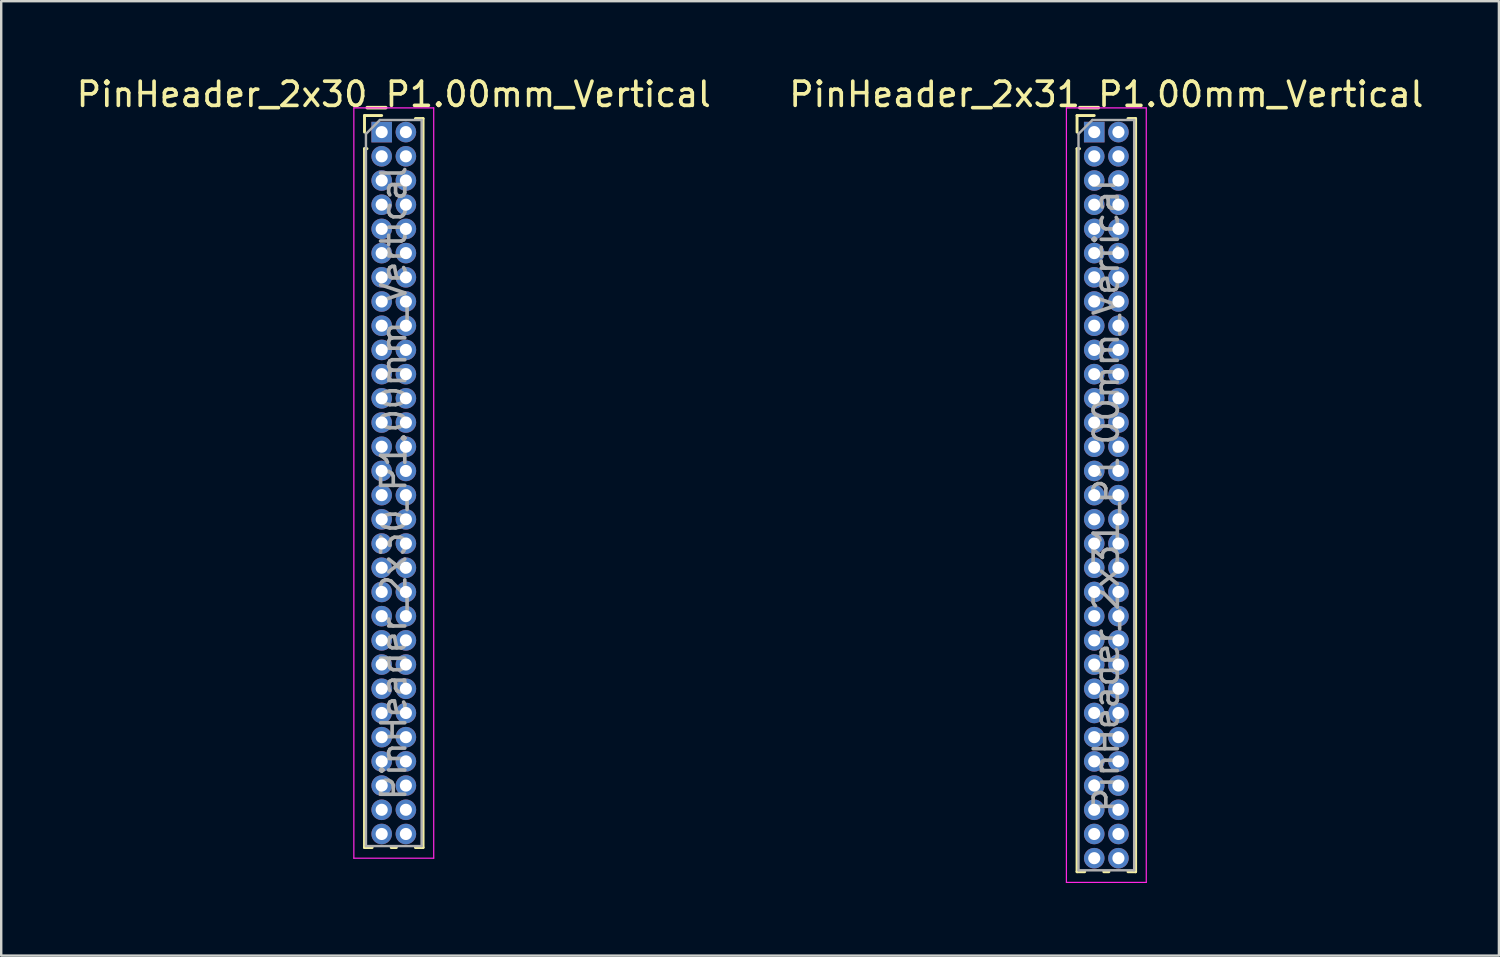
<source format=kicad_pcb>
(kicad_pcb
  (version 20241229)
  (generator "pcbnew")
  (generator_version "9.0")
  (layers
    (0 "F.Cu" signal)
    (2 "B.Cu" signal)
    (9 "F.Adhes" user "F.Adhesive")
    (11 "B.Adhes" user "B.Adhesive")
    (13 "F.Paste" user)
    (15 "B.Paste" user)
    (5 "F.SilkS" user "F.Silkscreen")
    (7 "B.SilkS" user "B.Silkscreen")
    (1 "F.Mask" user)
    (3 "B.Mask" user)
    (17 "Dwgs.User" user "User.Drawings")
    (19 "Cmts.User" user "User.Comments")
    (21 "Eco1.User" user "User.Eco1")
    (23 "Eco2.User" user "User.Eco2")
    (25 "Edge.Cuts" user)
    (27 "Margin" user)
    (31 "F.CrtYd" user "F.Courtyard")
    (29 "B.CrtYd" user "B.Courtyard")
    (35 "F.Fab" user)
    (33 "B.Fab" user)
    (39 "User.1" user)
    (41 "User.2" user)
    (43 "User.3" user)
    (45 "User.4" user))
  (footprint "PinHeader_2x31_P1.00mm_Vertical"
    (layer "F.Cu")
    (at 42.161 2.408)
    (property "Reference" "PinHeader_2x31_P1.00mm_Vertical" (at 0.5 -1.56 0) (layer "F.SilkS") (effects (font (size 1 1) (thickness 0.15))))
    (attr through_hole)
    (fp_line (start -0.71 -0.685) (end 0 -0.685) (stroke (width 0.12) (type solid)) (layer "F.SilkS"))
    (fp_line (start -0.71 0) (end -0.71 -0.685) (stroke (width 0.12) (type solid)) (layer "F.SilkS"))
    (fp_line (start -0.71 0.685) (end -0.71 30.56) (stroke (width 0.12) (type solid)) (layer "F.SilkS"))
    (fp_line (start -0.71 0.685) (end -0.608 0.685) (stroke (width 0.12) (type solid)) (layer "F.SilkS"))
    (fp_line (start -0.71 30.56) (end -0.394 30.56) (stroke (width 0.12) (type solid)) (layer "F.SilkS"))
    (fp_line (start 0.394 30.56) (end 0.606 30.56) (stroke (width 0.12) (type solid)) (layer "F.SilkS"))
    (fp_line (start 1.394 -0.56) (end 1.71 -0.56) (stroke (width 0.12) (type solid)) (layer "F.SilkS"))
    (fp_line (start 1.394 30.56) (end 1.71 30.56) (stroke (width 0.12) (type solid)) (layer "F.SilkS"))
    (fp_line (start 1.71 -0.56) (end 1.71 30.56) (stroke (width 0.12) (type solid)) (layer "F.SilkS"))
    (fp_line (start -1.15 -1) (end -1.15 31) (stroke (width 0.05) (type solid)) (layer "F.CrtYd"))
    (fp_line (start -1.15 31) (end 2.15 31) (stroke (width 0.05) (type solid)) (layer "F.CrtYd"))
    (fp_line (start 2.15 -1) (end -1.15 -1) (stroke (width 0.05) (type solid)) (layer "F.CrtYd"))
    (fp_line (start 2.15 31) (end 2.15 -1) (stroke (width 0.05) (type solid)) (layer "F.CrtYd"))
    (fp_line (start -0.65 0.075) (end -0.075 -0.5) (stroke (width 0.1) (type solid)) (layer "F.Fab"))
    (fp_line (start -0.65 30.5) (end -0.65 0.075) (stroke (width 0.1) (type solid)) (layer "F.Fab"))
    (fp_line (start -0.075 -0.5) (end 1.65 -0.5) (stroke (width 0.1) (type solid)) (layer "F.Fab"))
    (fp_line (start 1.65 -0.5) (end 1.65 30.5) (stroke (width 0.1) (type solid)) (layer "F.Fab"))
    (fp_line (start 1.65 30.5) (end -0.65 30.5) (stroke (width 0.1) (type solid)) (layer "F.Fab"))
    (fp_text user "${REFERENCE}" (at 0.5 15 90) (layer "F.Fab") (effects (font (size 1 1) (thickness 0.15))))
    (pad "1" thru_hole rect (at 0 0) (size 0.85 0.85) (drill 0.5) (layers "*.Cu" "*.Mask"))
    (pad "2" thru_hole oval (at 1 0) (size 0.85 0.85) (drill 0.5) (layers "*.Cu" "*.Mask"))
    (pad "3" thru_hole oval (at 0 1) (size 0.85 0.85) (drill 0.5) (layers "*.Cu" "*.Mask"))
    (pad "4" thru_hole oval (at 1 1) (size 0.85 0.85) (drill 0.5) (layers "*.Cu" "*.Mask"))
    (pad "5" thru_hole oval (at 0 2) (size 0.85 0.85) (drill 0.5) (layers "*.Cu" "*.Mask"))
    (pad "6" thru_hole oval (at 1 2) (size 0.85 0.85) (drill 0.5) (layers "*.Cu" "*.Mask"))
    (pad "7" thru_hole oval (at 0 3) (size 0.85 0.85) (drill 0.5) (layers "*.Cu" "*.Mask"))
    (pad "8" thru_hole oval (at 1 3) (size 0.85 0.85) (drill 0.5) (layers "*.Cu" "*.Mask"))
    (pad "9" thru_hole oval (at 0 4) (size 0.85 0.85) (drill 0.5) (layers "*.Cu" "*.Mask"))
    (pad "10" thru_hole oval (at 1 4) (size 0.85 0.85) (drill 0.5) (layers "*.Cu" "*.Mask"))
    (pad "11" thru_hole oval (at 0 5) (size 0.85 0.85) (drill 0.5) (layers "*.Cu" "*.Mask"))
    (pad "12" thru_hole oval (at 1 5) (size 0.85 0.85) (drill 0.5) (layers "*.Cu" "*.Mask"))
    (pad "13" thru_hole oval (at 0 6) (size 0.85 0.85) (drill 0.5) (layers "*.Cu" "*.Mask"))
    (pad "14" thru_hole oval (at 1 6) (size 0.85 0.85) (drill 0.5) (layers "*.Cu" "*.Mask"))
    (pad "15" thru_hole oval (at 0 7) (size 0.85 0.85) (drill 0.5) (layers "*.Cu" "*.Mask"))
    (pad "16" thru_hole oval (at 1 7) (size 0.85 0.85) (drill 0.5) (layers "*.Cu" "*.Mask"))
    (pad "17" thru_hole oval (at 0 8) (size 0.85 0.85) (drill 0.5) (layers "*.Cu" "*.Mask"))
    (pad "18" thru_hole oval (at 1 8) (size 0.85 0.85) (drill 0.5) (layers "*.Cu" "*.Mask"))
    (pad "19" thru_hole oval (at 0 9) (size 0.85 0.85) (drill 0.5) (layers "*.Cu" "*.Mask"))
    (pad "20" thru_hole oval (at 1 9) (size 0.85 0.85) (drill 0.5) (layers "*.Cu" "*.Mask"))
    (pad "21" thru_hole oval (at 0 10) (size 0.85 0.85) (drill 0.5) (layers "*.Cu" "*.Mask"))
    (pad "22" thru_hole oval (at 1 10) (size 0.85 0.85) (drill 0.5) (layers "*.Cu" "*.Mask"))
    (pad "23" thru_hole oval (at 0 11) (size 0.85 0.85) (drill 0.5) (layers "*.Cu" "*.Mask"))
    (pad "24" thru_hole oval (at 1 11) (size 0.85 0.85) (drill 0.5) (layers "*.Cu" "*.Mask"))
    (pad "25" thru_hole oval (at 0 12) (size 0.85 0.85) (drill 0.5) (layers "*.Cu" "*.Mask"))
    (pad "26" thru_hole oval (at 1 12) (size 0.85 0.85) (drill 0.5) (layers "*.Cu" "*.Mask"))
    (pad "27" thru_hole oval (at 0 13) (size 0.85 0.85) (drill 0.5) (layers "*.Cu" "*.Mask"))
    (pad "28" thru_hole oval (at 1 13) (size 0.85 0.85) (drill 0.5) (layers "*.Cu" "*.Mask"))
    (pad "29" thru_hole oval (at 0 14) (size 0.85 0.85) (drill 0.5) (layers "*.Cu" "*.Mask"))
    (pad "30" thru_hole oval (at 1 14) (size 0.85 0.85) (drill 0.5) (layers "*.Cu" "*.Mask"))
    (pad "31" thru_hole oval (at 0 15) (size 0.85 0.85) (drill 0.5) (layers "*.Cu" "*.Mask"))
    (pad "32" thru_hole oval (at 1 15) (size 0.85 0.85) (drill 0.5) (layers "*.Cu" "*.Mask"))
    (pad "33" thru_hole oval (at 0 16) (size 0.85 0.85) (drill 0.5) (layers "*.Cu" "*.Mask"))
    (pad "34" thru_hole oval (at 1 16) (size 0.85 0.85) (drill 0.5) (layers "*.Cu" "*.Mask"))
    (pad "35" thru_hole oval (at 0 17) (size 0.85 0.85) (drill 0.5) (layers "*.Cu" "*.Mask"))
    (pad "36" thru_hole oval (at 1 17) (size 0.85 0.85) (drill 0.5) (layers "*.Cu" "*.Mask"))
    (pad "37" thru_hole oval (at 0 18) (size 0.85 0.85) (drill 0.5) (layers "*.Cu" "*.Mask"))
    (pad "38" thru_hole oval (at 1 18) (size 0.85 0.85) (drill 0.5) (layers "*.Cu" "*.Mask"))
    (pad "39" thru_hole oval (at 0 19) (size 0.85 0.85) (drill 0.5) (layers "*.Cu" "*.Mask"))
    (pad "40" thru_hole oval (at 1 19) (size 0.85 0.85) (drill 0.5) (layers "*.Cu" "*.Mask"))
    (pad "41" thru_hole oval (at 0 20) (size 0.85 0.85) (drill 0.5) (layers "*.Cu" "*.Mask"))
    (pad "42" thru_hole oval (at 1 20) (size 0.85 0.85) (drill 0.5) (layers "*.Cu" "*.Mask"))
    (pad "43" thru_hole oval (at 0 21) (size 0.85 0.85) (drill 0.5) (layers "*.Cu" "*.Mask"))
    (pad "44" thru_hole oval (at 1 21) (size 0.85 0.85) (drill 0.5) (layers "*.Cu" "*.Mask"))
    (pad "45" thru_hole oval (at 0 22) (size 0.85 0.85) (drill 0.5) (layers "*.Cu" "*.Mask"))
    (pad "46" thru_hole oval (at 1 22) (size 0.85 0.85) (drill 0.5) (layers "*.Cu" "*.Mask"))
    (pad "47" thru_hole oval (at 0 23) (size 0.85 0.85) (drill 0.5) (layers "*.Cu" "*.Mask"))
    (pad "48" thru_hole oval (at 1 23) (size 0.85 0.85) (drill 0.5) (layers "*.Cu" "*.Mask"))
    (pad "49" thru_hole oval (at 0 24) (size 0.85 0.85) (drill 0.5) (layers "*.Cu" "*.Mask"))
    (pad "50" thru_hole oval (at 1 24) (size 0.85 0.85) (drill 0.5) (layers "*.Cu" "*.Mask"))
    (pad "51" thru_hole oval (at 0 25) (size 0.85 0.85) (drill 0.5) (layers "*.Cu" "*.Mask"))
    (pad "52" thru_hole oval (at 1 25) (size 0.85 0.85) (drill 0.5) (layers "*.Cu" "*.Mask"))
    (pad "53" thru_hole oval (at 0 26) (size 0.85 0.85) (drill 0.5) (layers "*.Cu" "*.Mask"))
    (pad "54" thru_hole oval (at 1 26) (size 0.85 0.85) (drill 0.5) (layers "*.Cu" "*.Mask"))
    (pad "55" thru_hole oval (at 0 27) (size 0.85 0.85) (drill 0.5) (layers "*.Cu" "*.Mask"))
    (pad "56" thru_hole oval (at 1 27) (size 0.85 0.85) (drill 0.5) (layers "*.Cu" "*.Mask"))
    (pad "57" thru_hole oval (at 0 28) (size 0.85 0.85) (drill 0.5) (layers "*.Cu" "*.Mask"))
    (pad "58" thru_hole oval (at 1 28) (size 0.85 0.85) (drill 0.5) (layers "*.Cu" "*.Mask"))
    (pad "59" thru_hole oval (at 0 29) (size 0.85 0.85) (drill 0.5) (layers "*.Cu" "*.Mask"))
    (pad "60" thru_hole oval (at 1 29) (size 0.85 0.85) (drill 0.5) (layers "*.Cu" "*.Mask"))
    (pad "61" thru_hole oval (at 0 30) (size 0.85 0.85) (drill 0.5) (layers "*.Cu" "*.Mask"))
    (pad "62" thru_hole oval (at 1 30) (size 0.85 0.85) (drill 0.5) (layers "*.Cu" "*.Mask")))
  (footprint "PinHeader_2x30_P1.00mm_Vertical"
    (layer "F.Cu")
    (at 12.72 2.408)
    (property "Reference" "PinHeader_2x30_P1.00mm_Vertical" (at 0.5 -1.56 0) (layer "F.SilkS") (effects (font (size 1 1) (thickness 0.15))))
    (attr through_hole)
    (fp_line (start -0.71 -0.685) (end 0 -0.685) (stroke (width 0.12) (type solid)) (layer "F.SilkS"))
    (fp_line (start -0.71 0) (end -0.71 -0.685) (stroke (width 0.12) (type solid)) (layer "F.SilkS"))
    (fp_line (start -0.71 0.685) (end -0.71 29.56) (stroke (width 0.12) (type solid)) (layer "F.SilkS"))
    (fp_line (start -0.71 0.685) (end -0.608 0.685) (stroke (width 0.12) (type solid)) (layer "F.SilkS"))
    (fp_line (start -0.71 29.56) (end -0.394 29.56) (stroke (width 0.12) (type solid)) (layer "F.SilkS"))
    (fp_line (start 0.394 29.56) (end 0.606 29.56) (stroke (width 0.12) (type solid)) (layer "F.SilkS"))
    (fp_line (start 1.394 -0.56) (end 1.71 -0.56) (stroke (width 0.12) (type solid)) (layer "F.SilkS"))
    (fp_line (start 1.394 29.56) (end 1.71 29.56) (stroke (width 0.12) (type solid)) (layer "F.SilkS"))
    (fp_line (start 1.71 -0.56) (end 1.71 29.56) (stroke (width 0.12) (type solid)) (layer "F.SilkS"))
    (fp_line (start -1.15 -1) (end -1.15 30) (stroke (width 0.05) (type solid)) (layer "F.CrtYd"))
    (fp_line (start -1.15 30) (end 2.15 30) (stroke (width 0.05) (type solid)) (layer "F.CrtYd"))
    (fp_line (start 2.15 -1) (end -1.15 -1) (stroke (width 0.05) (type solid)) (layer "F.CrtYd"))
    (fp_line (start 2.15 30) (end 2.15 -1) (stroke (width 0.05) (type solid)) (layer "F.CrtYd"))
    (fp_line (start -0.65 0.075) (end -0.075 -0.5) (stroke (width 0.1) (type solid)) (layer "F.Fab"))
    (fp_line (start -0.65 29.5) (end -0.65 0.075) (stroke (width 0.1) (type solid)) (layer "F.Fab"))
    (fp_line (start -0.075 -0.5) (end 1.65 -0.5) (stroke (width 0.1) (type solid)) (layer "F.Fab"))
    (fp_line (start 1.65 -0.5) (end 1.65 29.5) (stroke (width 0.1) (type solid)) (layer "F.Fab"))
    (fp_line (start 1.65 29.5) (end -0.65 29.5) (stroke (width 0.1) (type solid)) (layer "F.Fab"))
    (fp_text user "${REFERENCE}" (at 0.5 14.5 90) (layer "F.Fab") (effects (font (size 1 1) (thickness 0.15))))
    (pad "1" thru_hole rect (at 0 0) (size 0.85 0.85) (drill 0.5) (layers "*.Cu" "*.Mask"))
    (pad "2" thru_hole oval (at 1 0) (size 0.85 0.85) (drill 0.5) (layers "*.Cu" "*.Mask"))
    (pad "3" thru_hole oval (at 0 1) (size 0.85 0.85) (drill 0.5) (layers "*.Cu" "*.Mask"))
    (pad "4" thru_hole oval (at 1 1) (size 0.85 0.85) (drill 0.5) (layers "*.Cu" "*.Mask"))
    (pad "5" thru_hole oval (at 0 2) (size 0.85 0.85) (drill 0.5) (layers "*.Cu" "*.Mask"))
    (pad "6" thru_hole oval (at 1 2) (size 0.85 0.85) (drill 0.5) (layers "*.Cu" "*.Mask"))
    (pad "7" thru_hole oval (at 0 3) (size 0.85 0.85) (drill 0.5) (layers "*.Cu" "*.Mask"))
    (pad "8" thru_hole oval (at 1 3) (size 0.85 0.85) (drill 0.5) (layers "*.Cu" "*.Mask"))
    (pad "9" thru_hole oval (at 0 4) (size 0.85 0.85) (drill 0.5) (layers "*.Cu" "*.Mask"))
    (pad "10" thru_hole oval (at 1 4) (size 0.85 0.85) (drill 0.5) (layers "*.Cu" "*.Mask"))
    (pad "11" thru_hole oval (at 0 5) (size 0.85 0.85) (drill 0.5) (layers "*.Cu" "*.Mask"))
    (pad "12" thru_hole oval (at 1 5) (size 0.85 0.85) (drill 0.5) (layers "*.Cu" "*.Mask"))
    (pad "13" thru_hole oval (at 0 6) (size 0.85 0.85) (drill 0.5) (layers "*.Cu" "*.Mask"))
    (pad "14" thru_hole oval (at 1 6) (size 0.85 0.85) (drill 0.5) (layers "*.Cu" "*.Mask"))
    (pad "15" thru_hole oval (at 0 7) (size 0.85 0.85) (drill 0.5) (layers "*.Cu" "*.Mask"))
    (pad "16" thru_hole oval (at 1 7) (size 0.85 0.85) (drill 0.5) (layers "*.Cu" "*.Mask"))
    (pad "17" thru_hole oval (at 0 8) (size 0.85 0.85) (drill 0.5) (layers "*.Cu" "*.Mask"))
    (pad "18" thru_hole oval (at 1 8) (size 0.85 0.85) (drill 0.5) (layers "*.Cu" "*.Mask"))
    (pad "19" thru_hole oval (at 0 9) (size 0.85 0.85) (drill 0.5) (layers "*.Cu" "*.Mask"))
    (pad "20" thru_hole oval (at 1 9) (size 0.85 0.85) (drill 0.5) (layers "*.Cu" "*.Mask"))
    (pad "21" thru_hole oval (at 0 10) (size 0.85 0.85) (drill 0.5) (layers "*.Cu" "*.Mask"))
    (pad "22" thru_hole oval (at 1 10) (size 0.85 0.85) (drill 0.5) (layers "*.Cu" "*.Mask"))
    (pad "23" thru_hole oval (at 0 11) (size 0.85 0.85) (drill 0.5) (layers "*.Cu" "*.Mask"))
    (pad "24" thru_hole oval (at 1 11) (size 0.85 0.85) (drill 0.5) (layers "*.Cu" "*.Mask"))
    (pad "25" thru_hole oval (at 0 12) (size 0.85 0.85) (drill 0.5) (layers "*.Cu" "*.Mask"))
    (pad "26" thru_hole oval (at 1 12) (size 0.85 0.85) (drill 0.5) (layers "*.Cu" "*.Mask"))
    (pad "27" thru_hole oval (at 0 13) (size 0.85 0.85) (drill 0.5) (layers "*.Cu" "*.Mask"))
    (pad "28" thru_hole oval (at 1 13) (size 0.85 0.85) (drill 0.5) (layers "*.Cu" "*.Mask"))
    (pad "29" thru_hole oval (at 0 14) (size 0.85 0.85) (drill 0.5) (layers "*.Cu" "*.Mask"))
    (pad "30" thru_hole oval (at 1 14) (size 0.85 0.85) (drill 0.5) (layers "*.Cu" "*.Mask"))
    (pad "31" thru_hole oval (at 0 15) (size 0.85 0.85) (drill 0.5) (layers "*.Cu" "*.Mask"))
    (pad "32" thru_hole oval (at 1 15) (size 0.85 0.85) (drill 0.5) (layers "*.Cu" "*.Mask"))
    (pad "33" thru_hole oval (at 0 16) (size 0.85 0.85) (drill 0.5) (layers "*.Cu" "*.Mask"))
    (pad "34" thru_hole oval (at 1 16) (size 0.85 0.85) (drill 0.5) (layers "*.Cu" "*.Mask"))
    (pad "35" thru_hole oval (at 0 17) (size 0.85 0.85) (drill 0.5) (layers "*.Cu" "*.Mask"))
    (pad "36" thru_hole oval (at 1 17) (size 0.85 0.85) (drill 0.5) (layers "*.Cu" "*.Mask"))
    (pad "37" thru_hole oval (at 0 18) (size 0.85 0.85) (drill 0.5) (layers "*.Cu" "*.Mask"))
    (pad "38" thru_hole oval (at 1 18) (size 0.85 0.85) (drill 0.5) (layers "*.Cu" "*.Mask"))
    (pad "39" thru_hole oval (at 0 19) (size 0.85 0.85) (drill 0.5) (layers "*.Cu" "*.Mask"))
    (pad "40" thru_hole oval (at 1 19) (size 0.85 0.85) (drill 0.5) (layers "*.Cu" "*.Mask"))
    (pad "41" thru_hole oval (at 0 20) (size 0.85 0.85) (drill 0.5) (layers "*.Cu" "*.Mask"))
    (pad "42" thru_hole oval (at 1 20) (size 0.85 0.85) (drill 0.5) (layers "*.Cu" "*.Mask"))
    (pad "43" thru_hole oval (at 0 21) (size 0.85 0.85) (drill 0.5) (layers "*.Cu" "*.Mask"))
    (pad "44" thru_hole oval (at 1 21) (size 0.85 0.85) (drill 0.5) (layers "*.Cu" "*.Mask"))
    (pad "45" thru_hole oval (at 0 22) (size 0.85 0.85) (drill 0.5) (layers "*.Cu" "*.Mask"))
    (pad "46" thru_hole oval (at 1 22) (size 0.85 0.85) (drill 0.5) (layers "*.Cu" "*.Mask"))
    (pad "47" thru_hole oval (at 0 23) (size 0.85 0.85) (drill 0.5) (layers "*.Cu" "*.Mask"))
    (pad "48" thru_hole oval (at 1 23) (size 0.85 0.85) (drill 0.5) (layers "*.Cu" "*.Mask"))
    (pad "49" thru_hole oval (at 0 24) (size 0.85 0.85) (drill 0.5) (layers "*.Cu" "*.Mask"))
    (pad "50" thru_hole oval (at 1 24) (size 0.85 0.85) (drill 0.5) (layers "*.Cu" "*.Mask"))
    (pad "51" thru_hole oval (at 0 25) (size 0.85 0.85) (drill 0.5) (layers "*.Cu" "*.Mask"))
    (pad "52" thru_hole oval (at 1 25) (size 0.85 0.85) (drill 0.5) (layers "*.Cu" "*.Mask"))
    (pad "53" thru_hole oval (at 0 26) (size 0.85 0.85) (drill 0.5) (layers "*.Cu" "*.Mask"))
    (pad "54" thru_hole oval (at 1 26) (size 0.85 0.85) (drill 0.5) (layers "*.Cu" "*.Mask"))
    (pad "55" thru_hole oval (at 0 27) (size 0.85 0.85) (drill 0.5) (layers "*.Cu" "*.Mask"))
    (pad "56" thru_hole oval (at 1 27) (size 0.85 0.85) (drill 0.5) (layers "*.Cu" "*.Mask"))
    (pad "57" thru_hole oval (at 0 28) (size 0.85 0.85) (drill 0.5) (layers "*.Cu" "*.Mask"))
    (pad "58" thru_hole oval (at 1 28) (size 0.85 0.85) (drill 0.5) (layers "*.Cu" "*.Mask"))
    (pad "59" thru_hole oval (at 0 29) (size 0.85 0.85) (drill 0.5) (layers "*.Cu" "*.Mask"))
    (pad "60" thru_hole oval (at 1 29) (size 0.85 0.85) (drill 0.5) (layers "*.Cu" "*.Mask")))
  (gr_rect
    (start -3 -3)
    (end 58.881 36.433)
    (stroke (width 0.1) (type default))
    (fill no)
    (layer "Edge.Cuts")))
</source>
